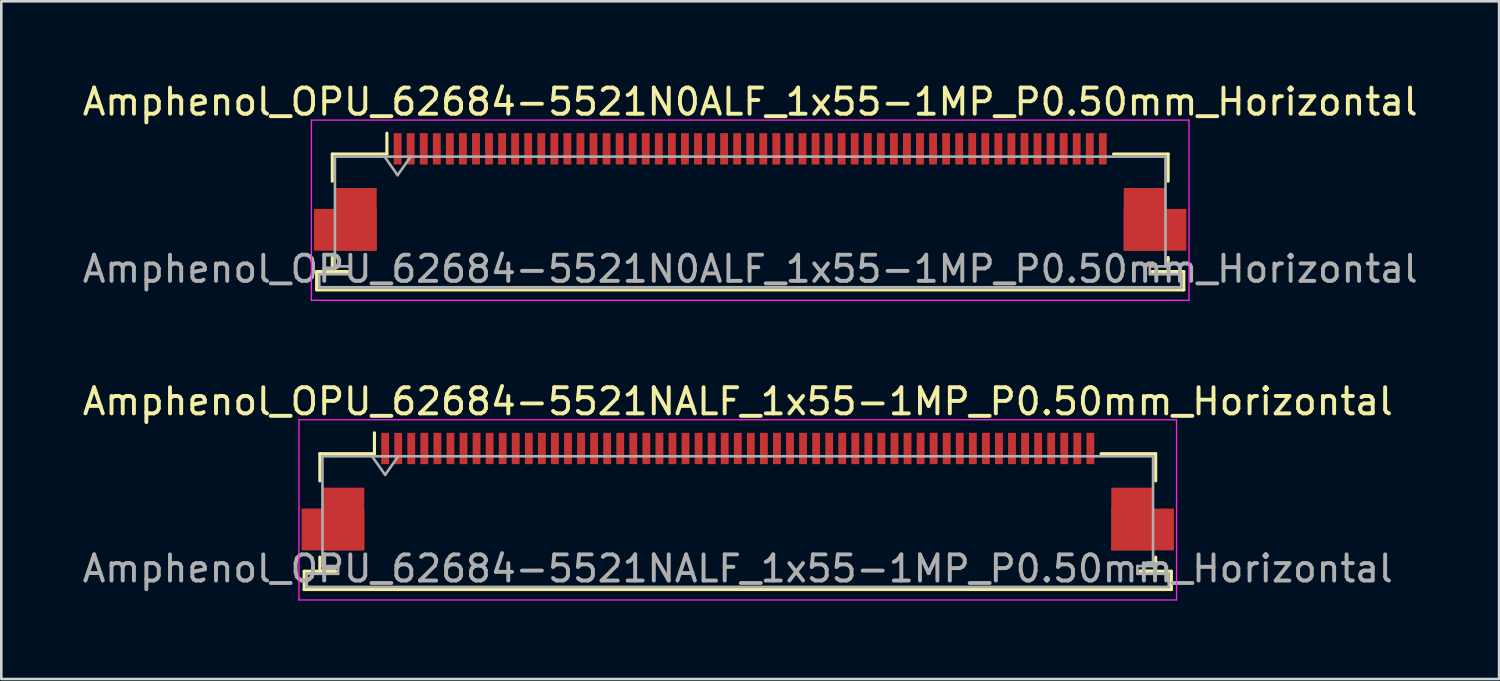
<source format=kicad_pcb>
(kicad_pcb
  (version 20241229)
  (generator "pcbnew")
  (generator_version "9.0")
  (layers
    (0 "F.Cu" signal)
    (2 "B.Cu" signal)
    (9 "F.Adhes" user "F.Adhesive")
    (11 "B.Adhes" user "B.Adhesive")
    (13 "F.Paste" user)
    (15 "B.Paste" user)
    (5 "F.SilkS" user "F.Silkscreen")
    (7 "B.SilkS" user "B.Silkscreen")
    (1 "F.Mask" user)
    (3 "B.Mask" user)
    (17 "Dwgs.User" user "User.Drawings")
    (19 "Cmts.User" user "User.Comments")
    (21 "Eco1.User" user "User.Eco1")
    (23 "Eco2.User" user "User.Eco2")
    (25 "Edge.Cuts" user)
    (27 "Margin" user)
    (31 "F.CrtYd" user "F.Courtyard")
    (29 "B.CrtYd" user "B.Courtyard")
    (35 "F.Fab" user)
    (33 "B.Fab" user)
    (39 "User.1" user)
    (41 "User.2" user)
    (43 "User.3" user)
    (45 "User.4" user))
  (footprint "Amphenol_OPU_62684-5521NALF_1x55-1MP_P0.50mm_Horizontal"
    (layer "F.Cu")
    (at 25.196 15.771)
    (property "Reference" "Amphenol_OPU_62684-5521NALF_1x55-1MP_P0.50mm_Horizontal" (at 0 -3.45 0) (layer "F.SilkS") (effects (font (size 1 1) (thickness 0.15))))
    (attr smd)
    (fp_line (start -16.6 3.05) (end -16.6 3.75) (stroke (width 0.12) (type solid)) (layer "F.SilkS"))
    (fp_line (start -16.6 3.75) (end 16.6 3.75) (stroke (width 0.12) (type solid)) (layer "F.SilkS"))
    (fp_line (start -16 -1.45) (end -16 -0.41) (stroke (width 0.12) (type solid)) (layer "F.SilkS"))
    (fp_line (start -16 2.51) (end -16 3.05) (stroke (width 0.12) (type solid)) (layer "F.SilkS"))
    (fp_line (start -16 3.05) (end -15.4 3.05) (stroke (width 0.12) (type solid)) (layer "F.SilkS"))
    (fp_line (start -15.4 3.05) (end -16.6 3.05) (stroke (width 0.12) (type solid)) (layer "F.SilkS"))
    (fp_line (start -13.91 -1.45) (end -16 -1.45) (stroke (width 0.12) (type solid)) (layer "F.SilkS"))
    (fp_line (start -13.91 -1.45) (end -13.91 -2.25) (stroke (width 0.12) (type solid)) (layer "F.SilkS"))
    (fp_line (start 13.91 -1.45) (end 16 -1.45) (stroke (width 0.12) (type solid)) (layer "F.SilkS"))
    (fp_line (start 15.4 3.05) (end 16 3.05) (stroke (width 0.12) (type solid)) (layer "F.SilkS"))
    (fp_line (start 16 -1.45) (end 16 -0.41) (stroke (width 0.12) (type solid)) (layer "F.SilkS"))
    (fp_line (start 16 3.05) (end 16 2.51) (stroke (width 0.12) (type solid)) (layer "F.SilkS"))
    (fp_line (start 16.6 3.05) (end 15.4 3.05) (stroke (width 0.12) (type solid)) (layer "F.SilkS"))
    (fp_line (start 16.6 3.75) (end 16.6 3.05) (stroke (width 0.12) (type solid)) (layer "F.SilkS"))
    (fp_line (start -16.8 -2.75) (end -16.8 4.15) (stroke (width 0.05) (type solid)) (layer "F.CrtYd"))
    (fp_line (start -16.8 4.15) (end 16.8 4.15) (stroke (width 0.05) (type solid)) (layer "F.CrtYd"))
    (fp_line (start 16.8 -2.75) (end -16.8 -2.75) (stroke (width 0.05) (type solid)) (layer "F.CrtYd"))
    (fp_line (start 16.8 4.15) (end 16.8 -2.75) (stroke (width 0.05) (type solid)) (layer "F.CrtYd"))
    (fp_line (start -16.5 3.15) (end -16.5 3.65) (stroke (width 0.1) (type solid)) (layer "F.Fab"))
    (fp_line (start -16.5 3.65) (end 0 3.65) (stroke (width 0.1) (type solid)) (layer "F.Fab"))
    (fp_line (start -15.9 -1.35) (end -15.9 2.85) (stroke (width 0.1) (type solid)) (layer "F.Fab"))
    (fp_line (start -15.9 2.85) (end -15.3 2.85) (stroke (width 0.1) (type solid)) (layer "F.Fab"))
    (fp_line (start -15.3 2.85) (end -15.3 3.15) (stroke (width 0.1) (type solid)) (layer "F.Fab"))
    (fp_line (start -15.3 3.15) (end -16.5 3.15) (stroke (width 0.1) (type solid)) (layer "F.Fab"))
    (fp_line (start -14 -1.35) (end -13.5 -0.643) (stroke (width 0.1) (type solid)) (layer "F.Fab"))
    (fp_line (start -13.5 -0.643) (end -13 -1.35) (stroke (width 0.1) (type solid)) (layer "F.Fab"))
    (fp_line (start 0 -1.35) (end -15.9 -1.35) (stroke (width 0.1) (type solid)) (layer "F.Fab"))
    (fp_line (start 0 -1.35) (end 15.9 -1.35) (stroke (width 0.1) (type solid)) (layer "F.Fab"))
    (fp_line (start 15.3 2.85) (end 15.3 3.15) (stroke (width 0.1) (type solid)) (layer "F.Fab"))
    (fp_line (start 15.3 3.15) (end 16.5 3.15) (stroke (width 0.1) (type solid)) (layer "F.Fab"))
    (fp_line (start 15.9 -1.35) (end 15.9 2.85) (stroke (width 0.1) (type solid)) (layer "F.Fab"))
    (fp_line (start 15.9 2.85) (end 15.3 2.85) (stroke (width 0.1) (type solid)) (layer "F.Fab"))
    (fp_line (start 16.5 3.15) (end 16.5 3.65) (stroke (width 0.1) (type solid)) (layer "F.Fab"))
    (fp_line (start 16.5 3.65) (end 0 3.65) (stroke (width 0.1) (type solid)) (layer "F.Fab"))
    (fp_text user "${REFERENCE}" (at 0 2.95 0) (layer "F.Fab") (effects (font (size 1 1) (thickness 0.15))))
    (pad "1" smd rect (at -13.5 -1.65) (size 0.3 1.2) (layers "F.Cu" "F.Mask" "F.Paste"))
    (pad "2" smd rect (at -13 -1.65) (size 0.3 1.2) (layers "F.Cu" "F.Mask" "F.Paste"))
    (pad "3" smd rect (at -12.5 -1.65) (size 0.3 1.2) (layers "F.Cu" "F.Mask" "F.Paste"))
    (pad "4" smd rect (at -12 -1.65) (size 0.3 1.2) (layers "F.Cu" "F.Mask" "F.Paste"))
    (pad "5" smd rect (at -11.5 -1.65) (size 0.3 1.2) (layers "F.Cu" "F.Mask" "F.Paste"))
    (pad "6" smd rect (at -11 -1.65) (size 0.3 1.2) (layers "F.Cu" "F.Mask" "F.Paste"))
    (pad "7" smd rect (at -10.5 -1.65) (size 0.3 1.2) (layers "F.Cu" "F.Mask" "F.Paste"))
    (pad "8" smd rect (at -10 -1.65) (size 0.3 1.2) (layers "F.Cu" "F.Mask" "F.Paste"))
    (pad "9" smd rect (at -9.5 -1.65) (size 0.3 1.2) (layers "F.Cu" "F.Mask" "F.Paste"))
    (pad "10" smd rect (at -9 -1.65) (size 0.3 1.2) (layers "F.Cu" "F.Mask" "F.Paste"))
    (pad "11" smd rect (at -8.5 -1.65) (size 0.3 1.2) (layers "F.Cu" "F.Mask" "F.Paste"))
    (pad "12" smd rect (at -8 -1.65) (size 0.3 1.2) (layers "F.Cu" "F.Mask" "F.Paste"))
    (pad "13" smd rect (at -7.5 -1.65) (size 0.3 1.2) (layers "F.Cu" "F.Mask" "F.Paste"))
    (pad "14" smd rect (at -7 -1.65) (size 0.3 1.2) (layers "F.Cu" "F.Mask" "F.Paste"))
    (pad "15" smd rect (at -6.5 -1.65) (size 0.3 1.2) (layers "F.Cu" "F.Mask" "F.Paste"))
    (pad "16" smd rect (at -6 -1.65) (size 0.3 1.2) (layers "F.Cu" "F.Mask" "F.Paste"))
    (pad "17" smd rect (at -5.5 -1.65) (size 0.3 1.2) (layers "F.Cu" "F.Mask" "F.Paste"))
    (pad "18" smd rect (at -5 -1.65) (size 0.3 1.2) (layers "F.Cu" "F.Mask" "F.Paste"))
    (pad "19" smd rect (at -4.5 -1.65) (size 0.3 1.2) (layers "F.Cu" "F.Mask" "F.Paste"))
    (pad "20" smd rect (at -4 -1.65) (size 0.3 1.2) (layers "F.Cu" "F.Mask" "F.Paste"))
    (pad "21" smd rect (at -3.5 -1.65) (size 0.3 1.2) (layers "F.Cu" "F.Mask" "F.Paste"))
    (pad "22" smd rect (at -3 -1.65) (size 0.3 1.2) (layers "F.Cu" "F.Mask" "F.Paste"))
    (pad "23" smd rect (at -2.5 -1.65) (size 0.3 1.2) (layers "F.Cu" "F.Mask" "F.Paste"))
    (pad "24" smd rect (at -2 -1.65) (size 0.3 1.2) (layers "F.Cu" "F.Mask" "F.Paste"))
    (pad "25" smd rect (at -1.5 -1.65) (size 0.3 1.2) (layers "F.Cu" "F.Mask" "F.Paste"))
    (pad "26" smd rect (at -1 -1.65) (size 0.3 1.2) (layers "F.Cu" "F.Mask" "F.Paste"))
    (pad "27" smd rect (at -0.5 -1.65) (size 0.3 1.2) (layers "F.Cu" "F.Mask" "F.Paste"))
    (pad "28" smd rect (at 0 -1.65) (size 0.3 1.2) (layers "F.Cu" "F.Mask" "F.Paste"))
    (pad "29" smd rect (at 0.5 -1.65) (size 0.3 1.2) (layers "F.Cu" "F.Mask" "F.Paste"))
    (pad "30" smd rect (at 1 -1.65) (size 0.3 1.2) (layers "F.Cu" "F.Mask" "F.Paste"))
    (pad "31" smd rect (at 1.5 -1.65) (size 0.3 1.2) (layers "F.Cu" "F.Mask" "F.Paste"))
    (pad "32" smd rect (at 2 -1.65) (size 0.3 1.2) (layers "F.Cu" "F.Mask" "F.Paste"))
    (pad "33" smd rect (at 2.5 -1.65) (size 0.3 1.2) (layers "F.Cu" "F.Mask" "F.Paste"))
    (pad "34" smd rect (at 3 -1.65) (size 0.3 1.2) (layers "F.Cu" "F.Mask" "F.Paste"))
    (pad "35" smd rect (at 3.5 -1.65) (size 0.3 1.2) (layers "F.Cu" "F.Mask" "F.Paste"))
    (pad "36" smd rect (at 4 -1.65) (size 0.3 1.2) (layers "F.Cu" "F.Mask" "F.Paste"))
    (pad "37" smd rect (at 4.5 -1.65) (size 0.3 1.2) (layers "F.Cu" "F.Mask" "F.Paste"))
    (pad "38" smd rect (at 5 -1.65) (size 0.3 1.2) (layers "F.Cu" "F.Mask" "F.Paste"))
    (pad "39" smd rect (at 5.5 -1.65) (size 0.3 1.2) (layers "F.Cu" "F.Mask" "F.Paste"))
    (pad "40" smd rect (at 6 -1.65) (size 0.3 1.2) (layers "F.Cu" "F.Mask" "F.Paste"))
    (pad "41" smd rect (at 6.5 -1.65) (size 0.3 1.2) (layers "F.Cu" "F.Mask" "F.Paste"))
    (pad "42" smd rect (at 7 -1.65) (size 0.3 1.2) (layers "F.Cu" "F.Mask" "F.Paste"))
    (pad "43" smd rect (at 7.5 -1.65) (size 0.3 1.2) (layers "F.Cu" "F.Mask" "F.Paste"))
    (pad "44" smd rect (at 8 -1.65) (size 0.3 1.2) (layers "F.Cu" "F.Mask" "F.Paste"))
    (pad "45" smd rect (at 8.5 -1.65) (size 0.3 1.2) (layers "F.Cu" "F.Mask" "F.Paste"))
    (pad "46" smd rect (at 9 -1.65) (size 0.3 1.2) (layers "F.Cu" "F.Mask" "F.Paste"))
    (pad "47" smd rect (at 9.5 -1.65) (size 0.3 1.2) (layers "F.Cu" "F.Mask" "F.Paste"))
    (pad "48" smd rect (at 10 -1.65) (size 0.3 1.2) (layers "F.Cu" "F.Mask" "F.Paste"))
    (pad "49" smd rect (at 10.5 -1.65) (size 0.3 1.2) (layers "F.Cu" "F.Mask" "F.Paste"))
    (pad "50" smd rect (at 11 -1.65) (size 0.3 1.2) (layers "F.Cu" "F.Mask" "F.Paste"))
    (pad "51" smd rect (at 11.5 -1.65) (size 0.3 1.2) (layers "F.Cu" "F.Mask" "F.Paste"))
    (pad "52" smd rect (at 12 -1.65) (size 0.3 1.2) (layers "F.Cu" "F.Mask" "F.Paste"))
    (pad "53" smd rect (at 12.5 -1.65) (size 0.3 1.2) (layers "F.Cu" "F.Mask" "F.Paste"))
    (pad "54" smd rect (at 13 -1.65) (size 0.3 1.2) (layers "F.Cu" "F.Mask" "F.Paste"))
    (pad "55" smd rect (at 13.5 -1.65) (size 0.3 1.2) (layers "F.Cu" "F.Mask" "F.Paste"))
    (pad "MP" smd rect (at -15.5 1.45) (size 2.4 1.6) (layers "F.Cu" "F.Mask" "F.Paste"))
    (pad "MP" smd rect (at -15.1 1.05) (size 1.6 2.4) (layers "F.Cu" "F.Mask" "F.Paste"))
    (pad "MP" smd rect (at 15.1 1.05) (size 1.6 2.4) (layers "F.Cu" "F.Mask" "F.Paste"))
    (pad "MP" smd rect (at 15.5 1.45) (size 2.4 1.6) (layers "F.Cu" "F.Mask" "F.Paste")))
  (footprint "Amphenol_OPU_62684-5521N0ALF_1x55-1MP_P0.50mm_Horizontal"
    (layer "F.Cu")
    (at 25.673 4.298)
    (property "Reference" "Amphenol_OPU_62684-5521N0ALF_1x55-1MP_P0.50mm_Horizontal" (at 0 -3.45 0) (layer "F.SilkS") (effects (font (size 1 1) (thickness 0.15))))
    (attr smd)
    (fp_line (start -16.6 3.05) (end -16.6 3.75) (stroke (width 0.12) (type solid)) (layer "F.SilkS"))
    (fp_line (start -16.6 3.75) (end 16.6 3.75) (stroke (width 0.12) (type solid)) (layer "F.SilkS"))
    (fp_line (start -16 -1.45) (end -16 -0.41) (stroke (width 0.12) (type solid)) (layer "F.SilkS"))
    (fp_line (start -16 2.51) (end -16 3.05) (stroke (width 0.12) (type solid)) (layer "F.SilkS"))
    (fp_line (start -16 3.05) (end -15.4 3.05) (stroke (width 0.12) (type solid)) (layer "F.SilkS"))
    (fp_line (start -15.4 3.05) (end -16.6 3.05) (stroke (width 0.12) (type solid)) (layer "F.SilkS"))
    (fp_line (start -13.91 -1.45) (end -16 -1.45) (stroke (width 0.12) (type solid)) (layer "F.SilkS"))
    (fp_line (start -13.91 -1.45) (end -13.91 -2.25) (stroke (width 0.12) (type solid)) (layer "F.SilkS"))
    (fp_line (start 13.91 -1.45) (end 16 -1.45) (stroke (width 0.12) (type solid)) (layer "F.SilkS"))
    (fp_line (start 15.4 3.05) (end 16 3.05) (stroke (width 0.12) (type solid)) (layer "F.SilkS"))
    (fp_line (start 16 -1.45) (end 16 -0.41) (stroke (width 0.12) (type solid)) (layer "F.SilkS"))
    (fp_line (start 16 3.05) (end 16 2.51) (stroke (width 0.12) (type solid)) (layer "F.SilkS"))
    (fp_line (start 16.6 3.05) (end 15.4 3.05) (stroke (width 0.12) (type solid)) (layer "F.SilkS"))
    (fp_line (start 16.6 3.75) (end 16.6 3.05) (stroke (width 0.12) (type solid)) (layer "F.SilkS"))
    (fp_line (start -16.8 -2.75) (end -16.8 4.15) (stroke (width 0.05) (type solid)) (layer "F.CrtYd"))
    (fp_line (start -16.8 4.15) (end 16.8 4.15) (stroke (width 0.05) (type solid)) (layer "F.CrtYd"))
    (fp_line (start 16.8 -2.75) (end -16.8 -2.75) (stroke (width 0.05) (type solid)) (layer "F.CrtYd"))
    (fp_line (start 16.8 4.15) (end 16.8 -2.75) (stroke (width 0.05) (type solid)) (layer "F.CrtYd"))
    (fp_line (start -16.5 3.15) (end -16.5 3.65) (stroke (width 0.1) (type solid)) (layer "F.Fab"))
    (fp_line (start -16.5 3.65) (end 0 3.65) (stroke (width 0.1) (type solid)) (layer "F.Fab"))
    (fp_line (start -15.9 -1.35) (end -15.9 2.85) (stroke (width 0.1) (type solid)) (layer "F.Fab"))
    (fp_line (start -15.9 2.85) (end -15.3 2.85) (stroke (width 0.1) (type solid)) (layer "F.Fab"))
    (fp_line (start -15.3 2.85) (end -15.3 3.15) (stroke (width 0.1) (type solid)) (layer "F.Fab"))
    (fp_line (start -15.3 3.15) (end -16.5 3.15) (stroke (width 0.1) (type solid)) (layer "F.Fab"))
    (fp_line (start -14 -1.35) (end -13.5 -0.643) (stroke (width 0.1) (type solid)) (layer "F.Fab"))
    (fp_line (start -13.5 -0.643) (end -13 -1.35) (stroke (width 0.1) (type solid)) (layer "F.Fab"))
    (fp_line (start 0 -1.35) (end -15.9 -1.35) (stroke (width 0.1) (type solid)) (layer "F.Fab"))
    (fp_line (start 0 -1.35) (end 15.9 -1.35) (stroke (width 0.1) (type solid)) (layer "F.Fab"))
    (fp_line (start 15.3 2.85) (end 15.3 3.15) (stroke (width 0.1) (type solid)) (layer "F.Fab"))
    (fp_line (start 15.3 3.15) (end 16.5 3.15) (stroke (width 0.1) (type solid)) (layer "F.Fab"))
    (fp_line (start 15.9 -1.35) (end 15.9 2.85) (stroke (width 0.1) (type solid)) (layer "F.Fab"))
    (fp_line (start 15.9 2.85) (end 15.3 2.85) (stroke (width 0.1) (type solid)) (layer "F.Fab"))
    (fp_line (start 16.5 3.15) (end 16.5 3.65) (stroke (width 0.1) (type solid)) (layer "F.Fab"))
    (fp_line (start 16.5 3.65) (end 0 3.65) (stroke (width 0.1) (type solid)) (layer "F.Fab"))
    (fp_text user "${REFERENCE}" (at 0 2.95 0) (layer "F.Fab") (effects (font (size 1 1) (thickness 0.15))))
    (pad "1" smd rect (at -13.5 -1.65) (size 0.3 1.2) (layers "F.Cu" "F.Mask" "F.Paste"))
    (pad "2" smd rect (at -13 -1.65) (size 0.3 1.2) (layers "F.Cu" "F.Mask" "F.Paste"))
    (pad "3" smd rect (at -12.5 -1.65) (size 0.3 1.2) (layers "F.Cu" "F.Mask" "F.Paste"))
    (pad "4" smd rect (at -12 -1.65) (size 0.3 1.2) (layers "F.Cu" "F.Mask" "F.Paste"))
    (pad "5" smd rect (at -11.5 -1.65) (size 0.3 1.2) (layers "F.Cu" "F.Mask" "F.Paste"))
    (pad "6" smd rect (at -11 -1.65) (size 0.3 1.2) (layers "F.Cu" "F.Mask" "F.Paste"))
    (pad "7" smd rect (at -10.5 -1.65) (size 0.3 1.2) (layers "F.Cu" "F.Mask" "F.Paste"))
    (pad "8" smd rect (at -10 -1.65) (size 0.3 1.2) (layers "F.Cu" "F.Mask" "F.Paste"))
    (pad "9" smd rect (at -9.5 -1.65) (size 0.3 1.2) (layers "F.Cu" "F.Mask" "F.Paste"))
    (pad "10" smd rect (at -9 -1.65) (size 0.3 1.2) (layers "F.Cu" "F.Mask" "F.Paste"))
    (pad "11" smd rect (at -8.5 -1.65) (size 0.3 1.2) (layers "F.Cu" "F.Mask" "F.Paste"))
    (pad "12" smd rect (at -8 -1.65) (size 0.3 1.2) (layers "F.Cu" "F.Mask" "F.Paste"))
    (pad "13" smd rect (at -7.5 -1.65) (size 0.3 1.2) (layers "F.Cu" "F.Mask" "F.Paste"))
    (pad "14" smd rect (at -7 -1.65) (size 0.3 1.2) (layers "F.Cu" "F.Mask" "F.Paste"))
    (pad "15" smd rect (at -6.5 -1.65) (size 0.3 1.2) (layers "F.Cu" "F.Mask" "F.Paste"))
    (pad "16" smd rect (at -6 -1.65) (size 0.3 1.2) (layers "F.Cu" "F.Mask" "F.Paste"))
    (pad "17" smd rect (at -5.5 -1.65) (size 0.3 1.2) (layers "F.Cu" "F.Mask" "F.Paste"))
    (pad "18" smd rect (at -5 -1.65) (size 0.3 1.2) (layers "F.Cu" "F.Mask" "F.Paste"))
    (pad "19" smd rect (at -4.5 -1.65) (size 0.3 1.2) (layers "F.Cu" "F.Mask" "F.Paste"))
    (pad "20" smd rect (at -4 -1.65) (size 0.3 1.2) (layers "F.Cu" "F.Mask" "F.Paste"))
    (pad "21" smd rect (at -3.5 -1.65) (size 0.3 1.2) (layers "F.Cu" "F.Mask" "F.Paste"))
    (pad "22" smd rect (at -3 -1.65) (size 0.3 1.2) (layers "F.Cu" "F.Mask" "F.Paste"))
    (pad "23" smd rect (at -2.5 -1.65) (size 0.3 1.2) (layers "F.Cu" "F.Mask" "F.Paste"))
    (pad "24" smd rect (at -2 -1.65) (size 0.3 1.2) (layers "F.Cu" "F.Mask" "F.Paste"))
    (pad "25" smd rect (at -1.5 -1.65) (size 0.3 1.2) (layers "F.Cu" "F.Mask" "F.Paste"))
    (pad "26" smd rect (at -1 -1.65) (size 0.3 1.2) (layers "F.Cu" "F.Mask" "F.Paste"))
    (pad "27" smd rect (at -0.5 -1.65) (size 0.3 1.2) (layers "F.Cu" "F.Mask" "F.Paste"))
    (pad "28" smd rect (at 0 -1.65) (size 0.3 1.2) (layers "F.Cu" "F.Mask" "F.Paste"))
    (pad "29" smd rect (at 0.5 -1.65) (size 0.3 1.2) (layers "F.Cu" "F.Mask" "F.Paste"))
    (pad "30" smd rect (at 1 -1.65) (size 0.3 1.2) (layers "F.Cu" "F.Mask" "F.Paste"))
    (pad "31" smd rect (at 1.5 -1.65) (size 0.3 1.2) (layers "F.Cu" "F.Mask" "F.Paste"))
    (pad "32" smd rect (at 2 -1.65) (size 0.3 1.2) (layers "F.Cu" "F.Mask" "F.Paste"))
    (pad "33" smd rect (at 2.5 -1.65) (size 0.3 1.2) (layers "F.Cu" "F.Mask" "F.Paste"))
    (pad "34" smd rect (at 3 -1.65) (size 0.3 1.2) (layers "F.Cu" "F.Mask" "F.Paste"))
    (pad "35" smd rect (at 3.5 -1.65) (size 0.3 1.2) (layers "F.Cu" "F.Mask" "F.Paste"))
    (pad "36" smd rect (at 4 -1.65) (size 0.3 1.2) (layers "F.Cu" "F.Mask" "F.Paste"))
    (pad "37" smd rect (at 4.5 -1.65) (size 0.3 1.2) (layers "F.Cu" "F.Mask" "F.Paste"))
    (pad "38" smd rect (at 5 -1.65) (size 0.3 1.2) (layers "F.Cu" "F.Mask" "F.Paste"))
    (pad "39" smd rect (at 5.5 -1.65) (size 0.3 1.2) (layers "F.Cu" "F.Mask" "F.Paste"))
    (pad "40" smd rect (at 6 -1.65) (size 0.3 1.2) (layers "F.Cu" "F.Mask" "F.Paste"))
    (pad "41" smd rect (at 6.5 -1.65) (size 0.3 1.2) (layers "F.Cu" "F.Mask" "F.Paste"))
    (pad "42" smd rect (at 7 -1.65) (size 0.3 1.2) (layers "F.Cu" "F.Mask" "F.Paste"))
    (pad "43" smd rect (at 7.5 -1.65) (size 0.3 1.2) (layers "F.Cu" "F.Mask" "F.Paste"))
    (pad "44" smd rect (at 8 -1.65) (size 0.3 1.2) (layers "F.Cu" "F.Mask" "F.Paste"))
    (pad "45" smd rect (at 8.5 -1.65) (size 0.3 1.2) (layers "F.Cu" "F.Mask" "F.Paste"))
    (pad "46" smd rect (at 9 -1.65) (size 0.3 1.2) (layers "F.Cu" "F.Mask" "F.Paste"))
    (pad "47" smd rect (at 9.5 -1.65) (size 0.3 1.2) (layers "F.Cu" "F.Mask" "F.Paste"))
    (pad "48" smd rect (at 10 -1.65) (size 0.3 1.2) (layers "F.Cu" "F.Mask" "F.Paste"))
    (pad "49" smd rect (at 10.5 -1.65) (size 0.3 1.2) (layers "F.Cu" "F.Mask" "F.Paste"))
    (pad "50" smd rect (at 11 -1.65) (size 0.3 1.2) (layers "F.Cu" "F.Mask" "F.Paste"))
    (pad "51" smd rect (at 11.5 -1.65) (size 0.3 1.2) (layers "F.Cu" "F.Mask" "F.Paste"))
    (pad "52" smd rect (at 12 -1.65) (size 0.3 1.2) (layers "F.Cu" "F.Mask" "F.Paste"))
    (pad "53" smd rect (at 12.5 -1.65) (size 0.3 1.2) (layers "F.Cu" "F.Mask" "F.Paste"))
    (pad "54" smd rect (at 13 -1.65) (size 0.3 1.2) (layers "F.Cu" "F.Mask" "F.Paste"))
    (pad "55" smd rect (at 13.5 -1.65) (size 0.3 1.2) (layers "F.Cu" "F.Mask" "F.Paste"))
    (pad "MP" smd rect (at -15.5 1.45) (size 2.4 1.6) (layers "F.Cu" "F.Mask" "F.Paste"))
    (pad "MP" smd rect (at -15.1 1.05) (size 1.6 2.4) (layers "F.Cu" "F.Mask" "F.Paste"))
    (pad "MP" smd rect (at 15.1 1.05) (size 1.6 2.4) (layers "F.Cu" "F.Mask" "F.Paste"))
    (pad "MP" smd rect (at 15.5 1.45) (size 2.4 1.6) (layers "F.Cu" "F.Mask" "F.Paste")))
  (gr_rect
    (start -3 -3)
    (end 54.345 22.947)
    (stroke (width 0.1) (type default))
    (fill no)
    (layer "Edge.Cuts")))
</source>
